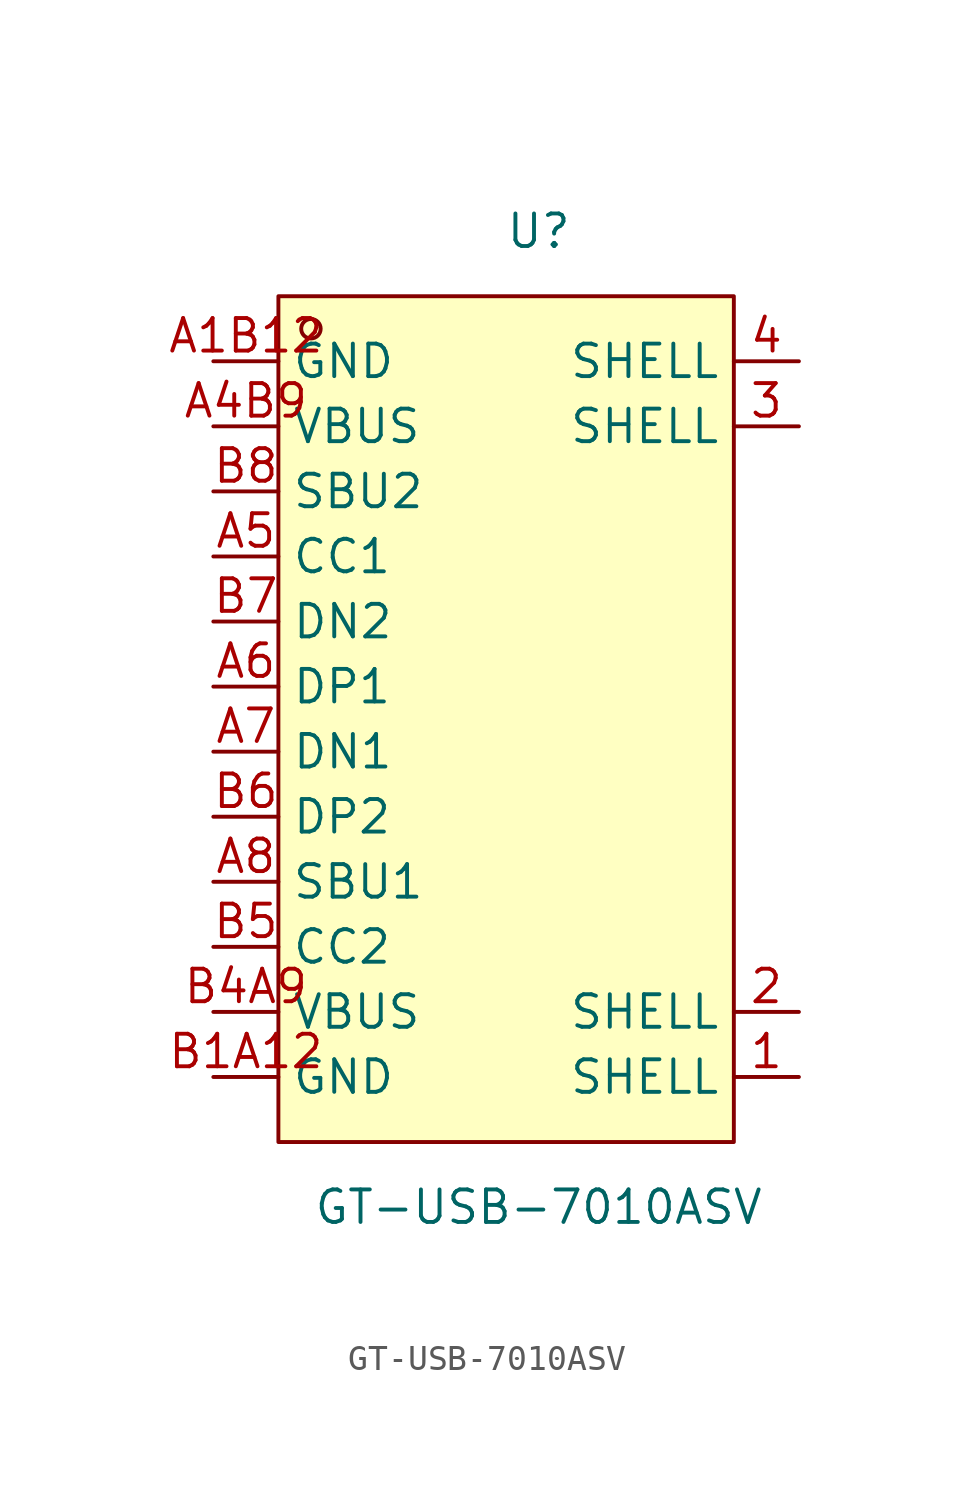
<source format=kicad_sym>
(kicad_symbol_lib
  (version 20231120)
  (generator "kicad_symbol_editor")
  (generator_version "8.0")
  (symbol "GT-USB-7010ASV"
    (property "Reference" "U"
      (at 0 20.32 0)
      (effects (font (size 1.27 1.27))))
    (property "Value" "GT-USB-7010ASV"
      (at 0 -17.78 0)
      (effects (font (size 1.27 1.27))))
    (symbol "GT-USB-7010ASV_0_1"
      (rectangle (start -10.16 17.78) (end 7.62 -15.24) (stroke (width 0) (type default)) (fill (type background)))
      (circle (center -8.89 16.51) (radius 0.38) (stroke (width 0) (type default)) (fill (type none)))
      (pin unspecified line (at 10.16 -12.7 180) (length 2.54) (name "SHELL" (effects (font (size 1.27 1.27)))) (number "1" (effects (font (size 1.27 1.27)))))
      (pin unspecified line (at 10.16 -10.16 180) (length 2.54) (name "SHELL" (effects (font (size 1.27 1.27)))) (number "2" (effects (font (size 1.27 1.27)))))
      (pin unspecified line (at 10.16 12.7 180) (length 2.54) (name "SHELL" (effects (font (size 1.27 1.27)))) (number "3" (effects (font (size 1.27 1.27)))))
      (pin unspecified line (at 10.16 15.24 180) (length 2.54) (name "SHELL" (effects (font (size 1.27 1.27)))) (number "4" (effects (font (size 1.27 1.27)))))
      (pin unspecified line (at -12.7 15.24 0) (length 2.54) (name "GND" (effects (font (size 1.27 1.27)))) (number "A1B12" (effects (font (size 1.27 1.27)))))
      (pin unspecified line (at -12.7 12.7 0) (length 2.54) (name "VBUS" (effects (font (size 1.27 1.27)))) (number "A4B9" (effects (font (size 1.27 1.27)))))
      (pin unspecified line (at -12.7 7.62 0) (length 2.54) (name "CC1" (effects (font (size 1.27 1.27)))) (number "A5" (effects (font (size 1.27 1.27)))))
      (pin unspecified line (at -12.7 2.54 0) (length 2.54) (name "DP1" (effects (font (size 1.27 1.27)))) (number "A6" (effects (font (size 1.27 1.27)))))
      (pin unspecified line (at -12.7 0 0) (length 2.54) (name "DN1" (effects (font (size 1.27 1.27)))) (number "A7" (effects (font (size 1.27 1.27)))))
      (pin unspecified line (at -12.7 -5.08 0) (length 2.54) (name "SBU1" (effects (font (size 1.27 1.27)))) (number "A8" (effects (font (size 1.27 1.27)))))
      (pin unspecified line (at -12.7 -12.7 0) (length 2.54) (name "GND" (effects (font (size 1.27 1.27)))) (number "B1A12" (effects (font (size 1.27 1.27)))))
      (pin unspecified line (at -12.7 -10.16 0) (length 2.54) (name "VBUS" (effects (font (size 1.27 1.27)))) (number "B4A9" (effects (font (size 1.27 1.27)))))
      (pin unspecified line (at -12.7 -7.62 0) (length 2.54) (name "CC2" (effects (font (size 1.27 1.27)))) (number "B5" (effects (font (size 1.27 1.27)))))
      (pin unspecified line (at -12.7 -2.54 0) (length 2.54) (name "DP2" (effects (font (size 1.27 1.27)))) (number "B6" (effects (font (size 1.27 1.27)))))
      (pin unspecified line (at -12.7 5.08 0) (length 2.54) (name "DN2" (effects (font (size 1.27 1.27)))) (number "B7" (effects (font (size 1.27 1.27)))))
      (pin unspecified line (at -12.7 10.16 0) (length 2.54) (name "SBU2" (effects (font (size 1.27 1.27)))) (number "B8" (effects (font (size 1.27 1.27))))))))
</source>
